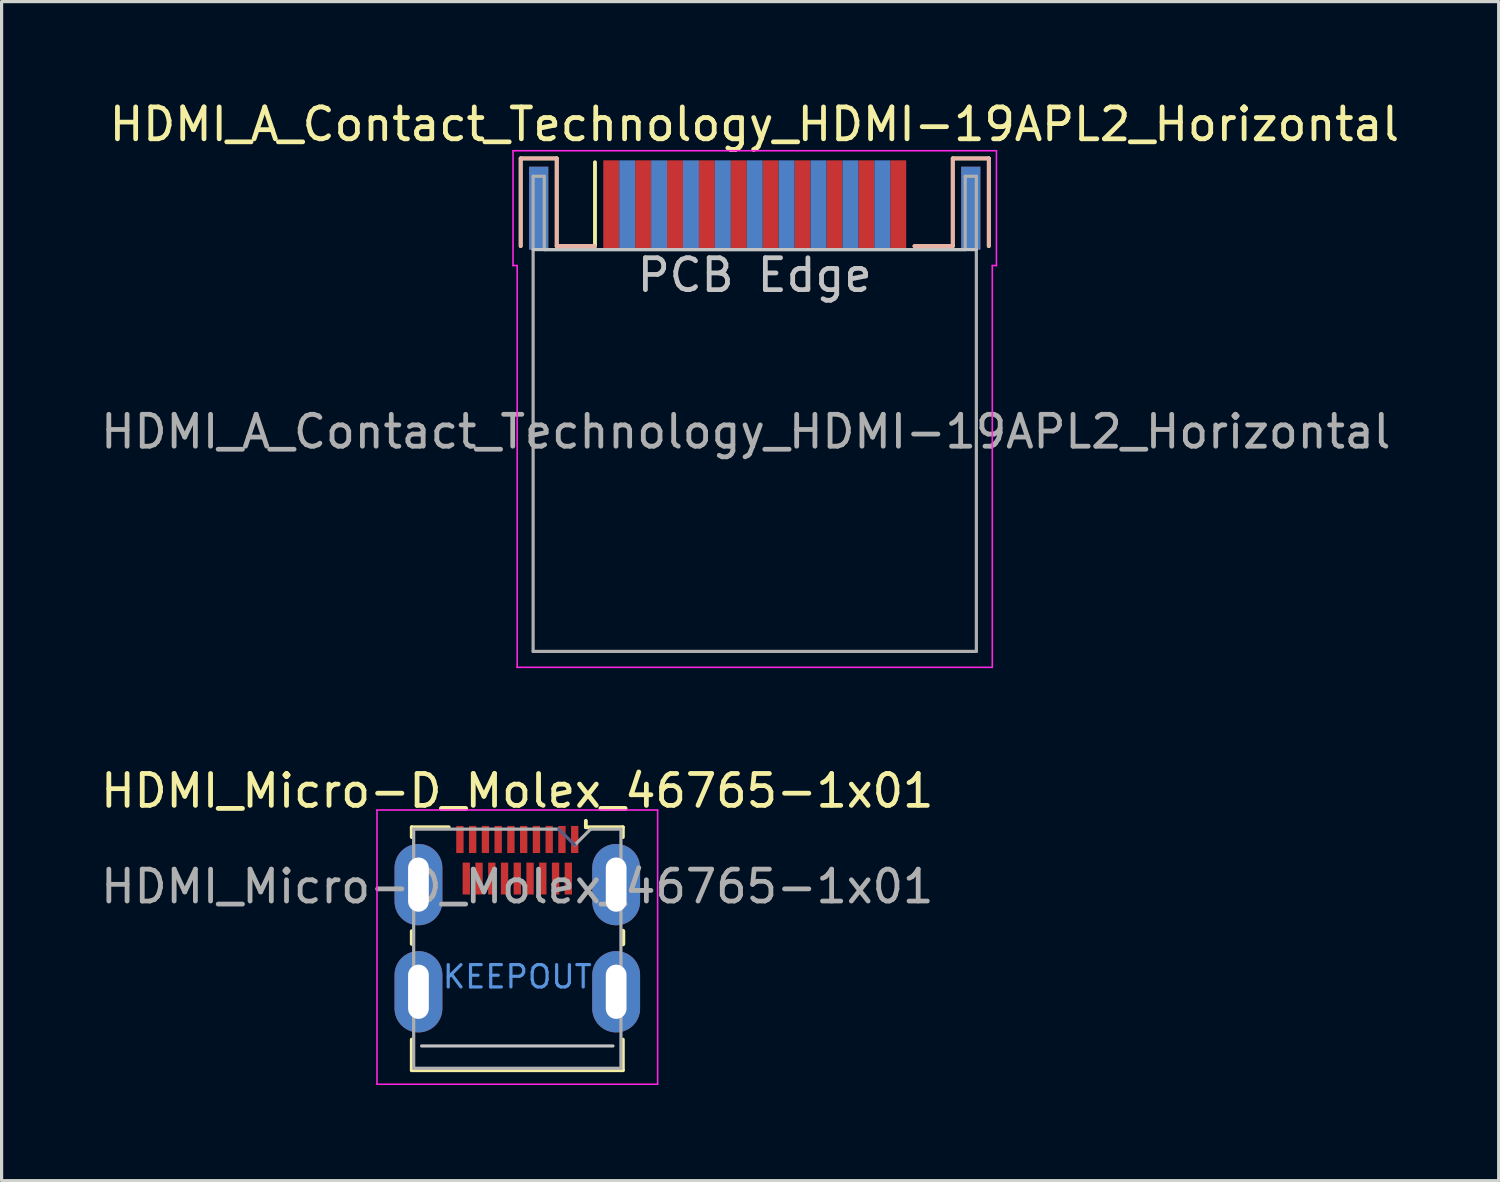
<source format=kicad_pcb>
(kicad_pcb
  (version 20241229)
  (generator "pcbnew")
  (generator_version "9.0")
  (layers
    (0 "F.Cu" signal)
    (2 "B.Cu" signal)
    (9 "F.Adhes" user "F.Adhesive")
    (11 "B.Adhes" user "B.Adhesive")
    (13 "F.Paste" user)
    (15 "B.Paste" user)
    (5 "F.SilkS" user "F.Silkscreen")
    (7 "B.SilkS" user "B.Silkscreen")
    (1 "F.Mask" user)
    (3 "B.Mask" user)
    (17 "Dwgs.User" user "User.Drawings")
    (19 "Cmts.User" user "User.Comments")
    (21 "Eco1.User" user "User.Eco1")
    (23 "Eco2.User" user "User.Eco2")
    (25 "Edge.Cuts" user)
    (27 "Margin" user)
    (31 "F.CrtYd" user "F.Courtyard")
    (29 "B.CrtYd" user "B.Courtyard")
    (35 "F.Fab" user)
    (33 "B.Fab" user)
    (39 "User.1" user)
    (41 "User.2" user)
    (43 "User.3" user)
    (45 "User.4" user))
  (footprint "HDMI_A_Contact_Technology_HDMI-19APL2_Horizontal"
    (layer "F.Cu")
    (at 20.619 3.378)
    (property "Reference" "HDMI_A_Contact_Technology_HDMI-19APL2_Horizontal" (at -0.01 -2.53 0) (layer "F.SilkS") (effects (font (size 1 1) (thickness 0.15))))
    (attr smd)
    (fp_line (start -7.34 -1.46) (end -6.21 -1.46) (stroke (width 0.12) (type solid)) (layer "F.SilkS"))
    (fp_line (start -7.34 1.29) (end -7.34 -1.46) (stroke (width 0.12) (type solid)) (layer "F.SilkS"))
    (fp_line (start -6.21 -1.46) (end -6.21 1.29) (stroke (width 0.12) (type solid)) (layer "F.SilkS"))
    (fp_line (start -6.21 1.29) (end -5.01 1.29) (stroke (width 0.12) (type solid)) (layer "F.SilkS"))
    (fp_line (start -5.01 1.29) (end -5.01 -1.34) (stroke (width 0.12) (type solid)) (layer "F.SilkS"))
    (fp_line (start 6.21 -1.46) (end 6.21 1.29) (stroke (width 0.12) (type solid)) (layer "F.SilkS"))
    (fp_line (start 6.21 1.29) (end 5.01 1.29) (stroke (width 0.12) (type solid)) (layer "F.SilkS"))
    (fp_line (start 7.34 -1.46) (end 6.21 -1.46) (stroke (width 0.12) (type solid)) (layer "F.SilkS"))
    (fp_line (start 7.34 1.29) (end 7.34 -1.46) (stroke (width 0.12) (type solid)) (layer "F.SilkS"))
    (fp_line (start -7.34 -1.46) (end -6.21 -1.46) (stroke (width 0.12) (type solid)) (layer "B.SilkS"))
    (fp_line (start -7.34 1.29) (end -7.34 -1.46) (stroke (width 0.12) (type solid)) (layer "B.SilkS"))
    (fp_line (start -6.21 -1.46) (end -6.21 1.29) (stroke (width 0.12) (type solid)) (layer "B.SilkS"))
    (fp_line (start -6.21 1.29) (end -5.01 1.29) (stroke (width 0.12) (type solid)) (layer "B.SilkS"))
    (fp_line (start 6.21 -1.46) (end 6.21 1.29) (stroke (width 0.12) (type solid)) (layer "B.SilkS"))
    (fp_line (start 6.21 1.29) (end 5.01 1.29) (stroke (width 0.12) (type solid)) (layer "B.SilkS"))
    (fp_line (start 7.34 -1.46) (end 6.21 -1.46) (stroke (width 0.12) (type solid)) (layer "B.SilkS"))
    (fp_line (start 7.34 1.29) (end 7.34 -1.46) (stroke (width 0.12) (type solid)) (layer "B.SilkS"))
    (fp_line (start -6.95 1.4) (end 6.95 1.4) (stroke (width 0.1) (type solid)) (layer "Dwgs.User"))
    (fp_line (start -7.58 1.9) (end -7.58 -1.7) (stroke (width 0.05) (type solid)) (layer "F.CrtYd"))
    (fp_line (start -7.45 1.9) (end -7.58 1.9) (stroke (width 0.05) (type solid)) (layer "F.CrtYd"))
    (fp_line (start -7.45 14.5) (end -7.45 1.9) (stroke (width 0.05) (type solid)) (layer "F.CrtYd"))
    (fp_line (start -7.45 14.5) (end 7.45 14.5) (stroke (width 0.05) (type solid)) (layer "F.CrtYd"))
    (fp_line (start 7.45 1.9) (end 7.58 1.9) (stroke (width 0.05) (type solid)) (layer "F.CrtYd"))
    (fp_line (start 7.45 14.5) (end 7.45 1.9) (stroke (width 0.05) (type solid)) (layer "F.CrtYd"))
    (fp_line (start 7.58 -1.7) (end -7.58 -1.7) (stroke (width 0.05) (type solid)) (layer "F.CrtYd"))
    (fp_line (start 7.58 1.9) (end 7.58 -1.7) (stroke (width 0.05) (type solid)) (layer "F.CrtYd"))
    (fp_line (start -6.95 -0.9) (end -6.95 14) (stroke (width 0.1) (type solid)) (layer "F.Fab"))
    (fp_line (start -6.95 -0.9) (end -6.6 -0.9) (stroke (width 0.1) (type solid)) (layer "F.Fab"))
    (fp_line (start -6.95 14) (end 6.95 14) (stroke (width 0.1) (type solid)) (layer "F.Fab"))
    (fp_line (start -6.6 -0.9) (end -6.6 1.4) (stroke (width 0.1) (type solid)) (layer "F.Fab"))
    (fp_line (start -6.6 1.4) (end 6.6 1.4) (stroke (width 0.1) (type solid)) (layer "F.Fab"))
    (fp_line (start 6.6 -0.9) (end 6.6 1.4) (stroke (width 0.1) (type solid)) (layer "F.Fab"))
    (fp_line (start 6.95 -0.9) (end 6.6 -0.9) (stroke (width 0.1) (type solid)) (layer "F.Fab"))
    (fp_line (start 6.95 -0.9) (end 6.95 14) (stroke (width 0.1) (type solid)) (layer "F.Fab"))
    (fp_text user "PCB Edge" (at 0 2.2 0) (layer "Dwgs.User") (effects (font (size 1 1) (thickness 0.15))))
    (fp_text user "${REFERENCE}" (at -0.28 7.11 0) (layer "F.Fab") (effects (font (size 1 1) (thickness 0.15))))
    (pad "1" smd rect (at -4.5 0) (size 0.5 2.8) (layers "F.Cu" "F.Mask" "F.Paste"))
    (pad "2" smd rect (at -4 0) (size 0.5 2.8) (layers "B.Cu" "B.Mask" "B.Paste"))
    (pad "3" smd rect (at -3.5 0) (size 0.5 2.8) (layers "F.Cu" "F.Mask" "F.Paste"))
    (pad "4" smd rect (at -3 0) (size 0.5 2.8) (layers "B.Cu" "B.Mask" "B.Paste"))
    (pad "5" smd rect (at -2.5 0) (size 0.5 2.8) (layers "F.Cu" "F.Mask" "F.Paste"))
    (pad "6" smd rect (at -2 0) (size 0.5 2.8) (layers "B.Cu" "B.Mask" "B.Paste"))
    (pad "7" smd rect (at -1.5 0) (size 0.5 2.8) (layers "F.Cu" "F.Mask" "F.Paste"))
    (pad "8" smd rect (at -1 0) (size 0.5 2.8) (layers "B.Cu" "B.Mask" "B.Paste"))
    (pad "9" smd rect (at -0.5 0) (size 0.5 2.8) (layers "F.Cu" "F.Mask" "F.Paste"))
    (pad "10" smd rect (at 0 0) (size 0.5 2.8) (layers "B.Cu" "B.Mask" "B.Paste"))
    (pad "11" smd rect (at 0.5 0) (size 0.5 2.8) (layers "F.Cu" "F.Mask" "F.Paste"))
    (pad "12" smd rect (at 1 0) (size 0.5 2.8) (layers "B.Cu" "B.Mask" "B.Paste"))
    (pad "13" smd rect (at 1.5 0) (size 0.5 2.8) (layers "F.Cu" "F.Mask" "F.Paste"))
    (pad "14" smd rect (at 2 0) (size 0.5 2.8) (layers "B.Cu" "B.Mask" "B.Paste"))
    (pad "15" smd rect (at 2.5 0) (size 0.5 2.8) (layers "F.Cu" "F.Mask" "F.Paste"))
    (pad "16" smd rect (at 3 0) (size 0.5 2.8) (layers "B.Cu" "B.Mask" "B.Paste"))
    (pad "17" smd rect (at 3.5 0) (size 0.5 2.8) (layers "F.Cu" "F.Mask" "F.Paste"))
    (pad "18" smd rect (at 4 0) (size 0.5 2.8) (layers "B.Cu" "B.Mask" "B.Paste"))
    (pad "19" smd rect (at 4.5 0) (size 0.5 2.8) (layers "F.Cu" "F.Mask" "F.Paste"))
    (pad "SH" smd rect (at -6.775 0.1) (size 0.6 2.6) (layers "F.Cu" "F.Mask" "F.Paste"))
    (pad "SH" smd rect (at -6.775 0.1) (size 0.6 2.6) (layers "B.Cu" "B.Mask" "B.Paste"))
    (pad "SH" smd rect (at 6.775 0.1) (size 0.6 2.6) (layers "F.Cu" "F.Mask" "F.Paste"))
    (pad "SH" smd rect (at 6.775 0.1) (size 0.6 2.6) (layers "B.Cu" "B.Mask" "B.Paste")))
  (footprint "HDMI_Micro-D_Molex_46765-1x01"
    (layer "F.Cu")
    (at 13.173 28.052)
    (property "Reference" "HDMI_Micro-D_Molex_46765-1x01" (at 0 -6.3 0) (layer "F.SilkS") (effects (font (size 1 1) (thickness 0.15))))
    (attr smd)
    (fp_line (start -3.31 -5.16) (end -2.15 -5.16) (stroke (width 0.12) (type solid)) (layer "F.SilkS"))
    (fp_line (start -3.31 -4.85) (end -3.31 -5.16) (stroke (width 0.12) (type solid)) (layer "F.SilkS"))
    (fp_line (start -3.31 -1.5) (end -3.31 -1.9) (stroke (width 0.12) (type solid)) (layer "F.SilkS"))
    (fp_line (start -3.31 2.46) (end -3.31 1.5) (stroke (width 0.12) (type solid)) (layer "F.SilkS"))
    (fp_line (start -3.31 2.46) (end 3.31 2.46) (stroke (width 0.12) (type solid)) (layer "F.SilkS"))
    (fp_line (start 2.15 -5.16) (end 2.15 -5.36) (stroke (width 0.12) (type solid)) (layer "F.SilkS"))
    (fp_line (start 2.15 -5.16) (end 3.31 -5.16) (stroke (width 0.12) (type solid)) (layer "F.SilkS"))
    (fp_line (start 3.31 -5.16) (end 3.31 -4.85) (stroke (width 0.12) (type solid)) (layer "F.SilkS"))
    (fp_line (start 3.31 -1.9) (end 3.31 -1.5) (stroke (width 0.15) (type solid)) (layer "F.SilkS"))
    (fp_line (start 3.31 1.5) (end 3.31 2.46) (stroke (width 0.12) (type solid)) (layer "F.SilkS"))
    (fp_line (start -3 1.7) (end 3 1.7) (stroke (width 0.1) (type solid)) (layer "Dwgs.User"))
    (fp_line (start -4.4 -5.7) (end -4.4 2.9) (stroke (width 0.05) (type solid)) (layer "F.CrtYd"))
    (fp_line (start -4.4 2.9) (end 4.4 2.9) (stroke (width 0.05) (type solid)) (layer "F.CrtYd"))
    (fp_line (start 4.4 -5.7) (end -4.4 -5.7) (stroke (width 0.05) (type solid)) (layer "F.CrtYd"))
    (fp_line (start 4.4 2.9) (end 4.4 -5.7) (stroke (width 0.05) (type solid)) (layer "F.CrtYd"))
    (fp_line (start 1.8 -4.6) (end 1.3 -5.1) (stroke (width 0.1) (type solid)) (layer "B.Fab"))
    (fp_line (start -3.25 -5.1) (end 1.3 -5.1) (stroke (width 0.1) (type solid)) (layer "F.Fab"))
    (fp_line (start -3.25 2.4) (end -3.25 -5.1) (stroke (width 0.1) (type solid)) (layer "F.Fab"))
    (fp_line (start 1.8 -4.6) (end 2.3 -5.1) (stroke (width 0.1) (type solid)) (layer "F.Fab"))
    (fp_line (start 2.3 -5.1) (end 3.25 -5.1) (stroke (width 0.1) (type solid)) (layer "F.Fab"))
    (fp_line (start 3.25 -5.1) (end 3.25 2.4) (stroke (width 0.1) (type solid)) (layer "F.Fab"))
    (fp_line (start 3.25 2.4) (end -3.25 2.4) (stroke (width 0.1) (type solid)) (layer "F.Fab"))
    (fp_text user "KEEPOUT" (at 0 -0.47 0) (layer "Cmts.User") (effects (font (size 0.7 0.7) (thickness 0.1))))
    (fp_text user "${REFERENCE}" (at 0 -3.3 0) (layer "F.Fab") (effects (font (size 1 1) (thickness 0.15))))
    (pad "1" smd rect (at 1.8 -4.775) (size 0.23 0.85) (layers "F.Cu" "F.Mask" "F.Paste"))
    (pad "2" smd rect (at 1.6 -3.55) (size 0.23 1) (layers "F.Cu" "F.Mask" "F.Paste"))
    (pad "3" smd rect (at 1.4 -4.775) (size 0.23 0.85) (layers "F.Cu" "F.Mask" "F.Paste"))
    (pad "4" smd rect (at 1.2 -3.55) (size 0.23 1) (layers "F.Cu" "F.Mask" "F.Paste"))
    (pad "5" smd rect (at 1 -4.775) (size 0.23 0.85) (layers "F.Cu" "F.Mask" "F.Paste"))
    (pad "6" smd rect (at 0.8 -3.55) (size 0.23 1) (layers "F.Cu" "F.Mask" "F.Paste"))
    (pad "7" smd rect (at 0.6 -4.775) (size 0.23 0.85) (layers "F.Cu" "F.Mask" "F.Paste"))
    (pad "8" smd rect (at 0.4 -3.55) (size 0.23 1) (layers "F.Cu" "F.Mask" "F.Paste"))
    (pad "9" smd rect (at 0.2 -4.775) (size 0.23 0.85) (layers "F.Cu" "F.Mask" "F.Paste"))
    (pad "10" smd rect (at 0 -3.55) (size 0.23 1) (layers "F.Cu" "F.Mask" "F.Paste"))
    (pad "11" smd rect (at -0.2 -4.775) (size 0.23 0.85) (layers "F.Cu" "F.Mask" "F.Paste"))
    (pad "12" smd rect (at -0.4 -3.55) (size 0.23 1) (layers "F.Cu" "F.Mask" "F.Paste"))
    (pad "13" smd rect (at -0.6 -4.775) (size 0.23 0.85) (layers "F.Cu" "F.Mask" "F.Paste"))
    (pad "14" smd rect (at -0.8 -3.55) (size 0.23 1) (layers "F.Cu" "F.Mask" "F.Paste"))
    (pad "15" smd rect (at -1 -4.775) (size 0.23 0.85) (layers "F.Cu" "F.Mask" "F.Paste"))
    (pad "16" smd rect (at -1.2 -3.55) (size 0.23 1) (layers "F.Cu" "F.Mask" "F.Paste"))
    (pad "17" smd rect (at -1.4 -4.775) (size 0.23 0.85) (layers "F.Cu" "F.Mask" "F.Paste"))
    (pad "18" smd rect (at -1.6 -3.55) (size 0.23 1) (layers "F.Cu" "F.Mask" "F.Paste"))
    (pad "19" smd rect (at -1.8 -4.775) (size 0.23 0.85) (layers "F.Cu" "F.Mask" "F.Paste"))
    (pad "SH" thru_hole oval (at -3.1 -3.36) (size 1.5 2.55) (drill oval 0.65 1.7) (layers "*.Cu" "*.Mask"))
    (pad "SH" thru_hole oval (at -3.1 0) (size 1.5 2.55) (drill oval 0.65 1.7) (layers "*.Cu" "*.Mask"))
    (pad "SH" thru_hole oval (at 3.1 -3.36) (size 1.5 2.55) (drill oval 0.65 1.7) (layers "*.Cu" "*.Mask"))
    (pad "SH" thru_hole oval (at 3.1 0) (size 1.5 2.55) (drill oval 0.65 1.7) (layers "*.Cu" "*.Mask"))
    (zone (net_name "") (layer "F.Cu") (hatch full 0.508) (connect_pads) (min_thickness 0.254) (filled_areas_thickness no) (keepout (tracks not_allowed) (vias not_allowed) (pads not_allowed) (copperpour not_allowed) (footprints not_allowed)) (placement (enabled no)) (fill) (polygon (pts (xy 10.823 25.412) (xy 15.523 25.412) (xy 15.523 29.752) (xy 10.823 29.752)))))
  (gr_rect
    (start -3 -3)
    (end 43.949 33.977)
    (stroke (width 0.1) (type default))
    (fill no)
    (layer "Edge.Cuts")))
</source>
